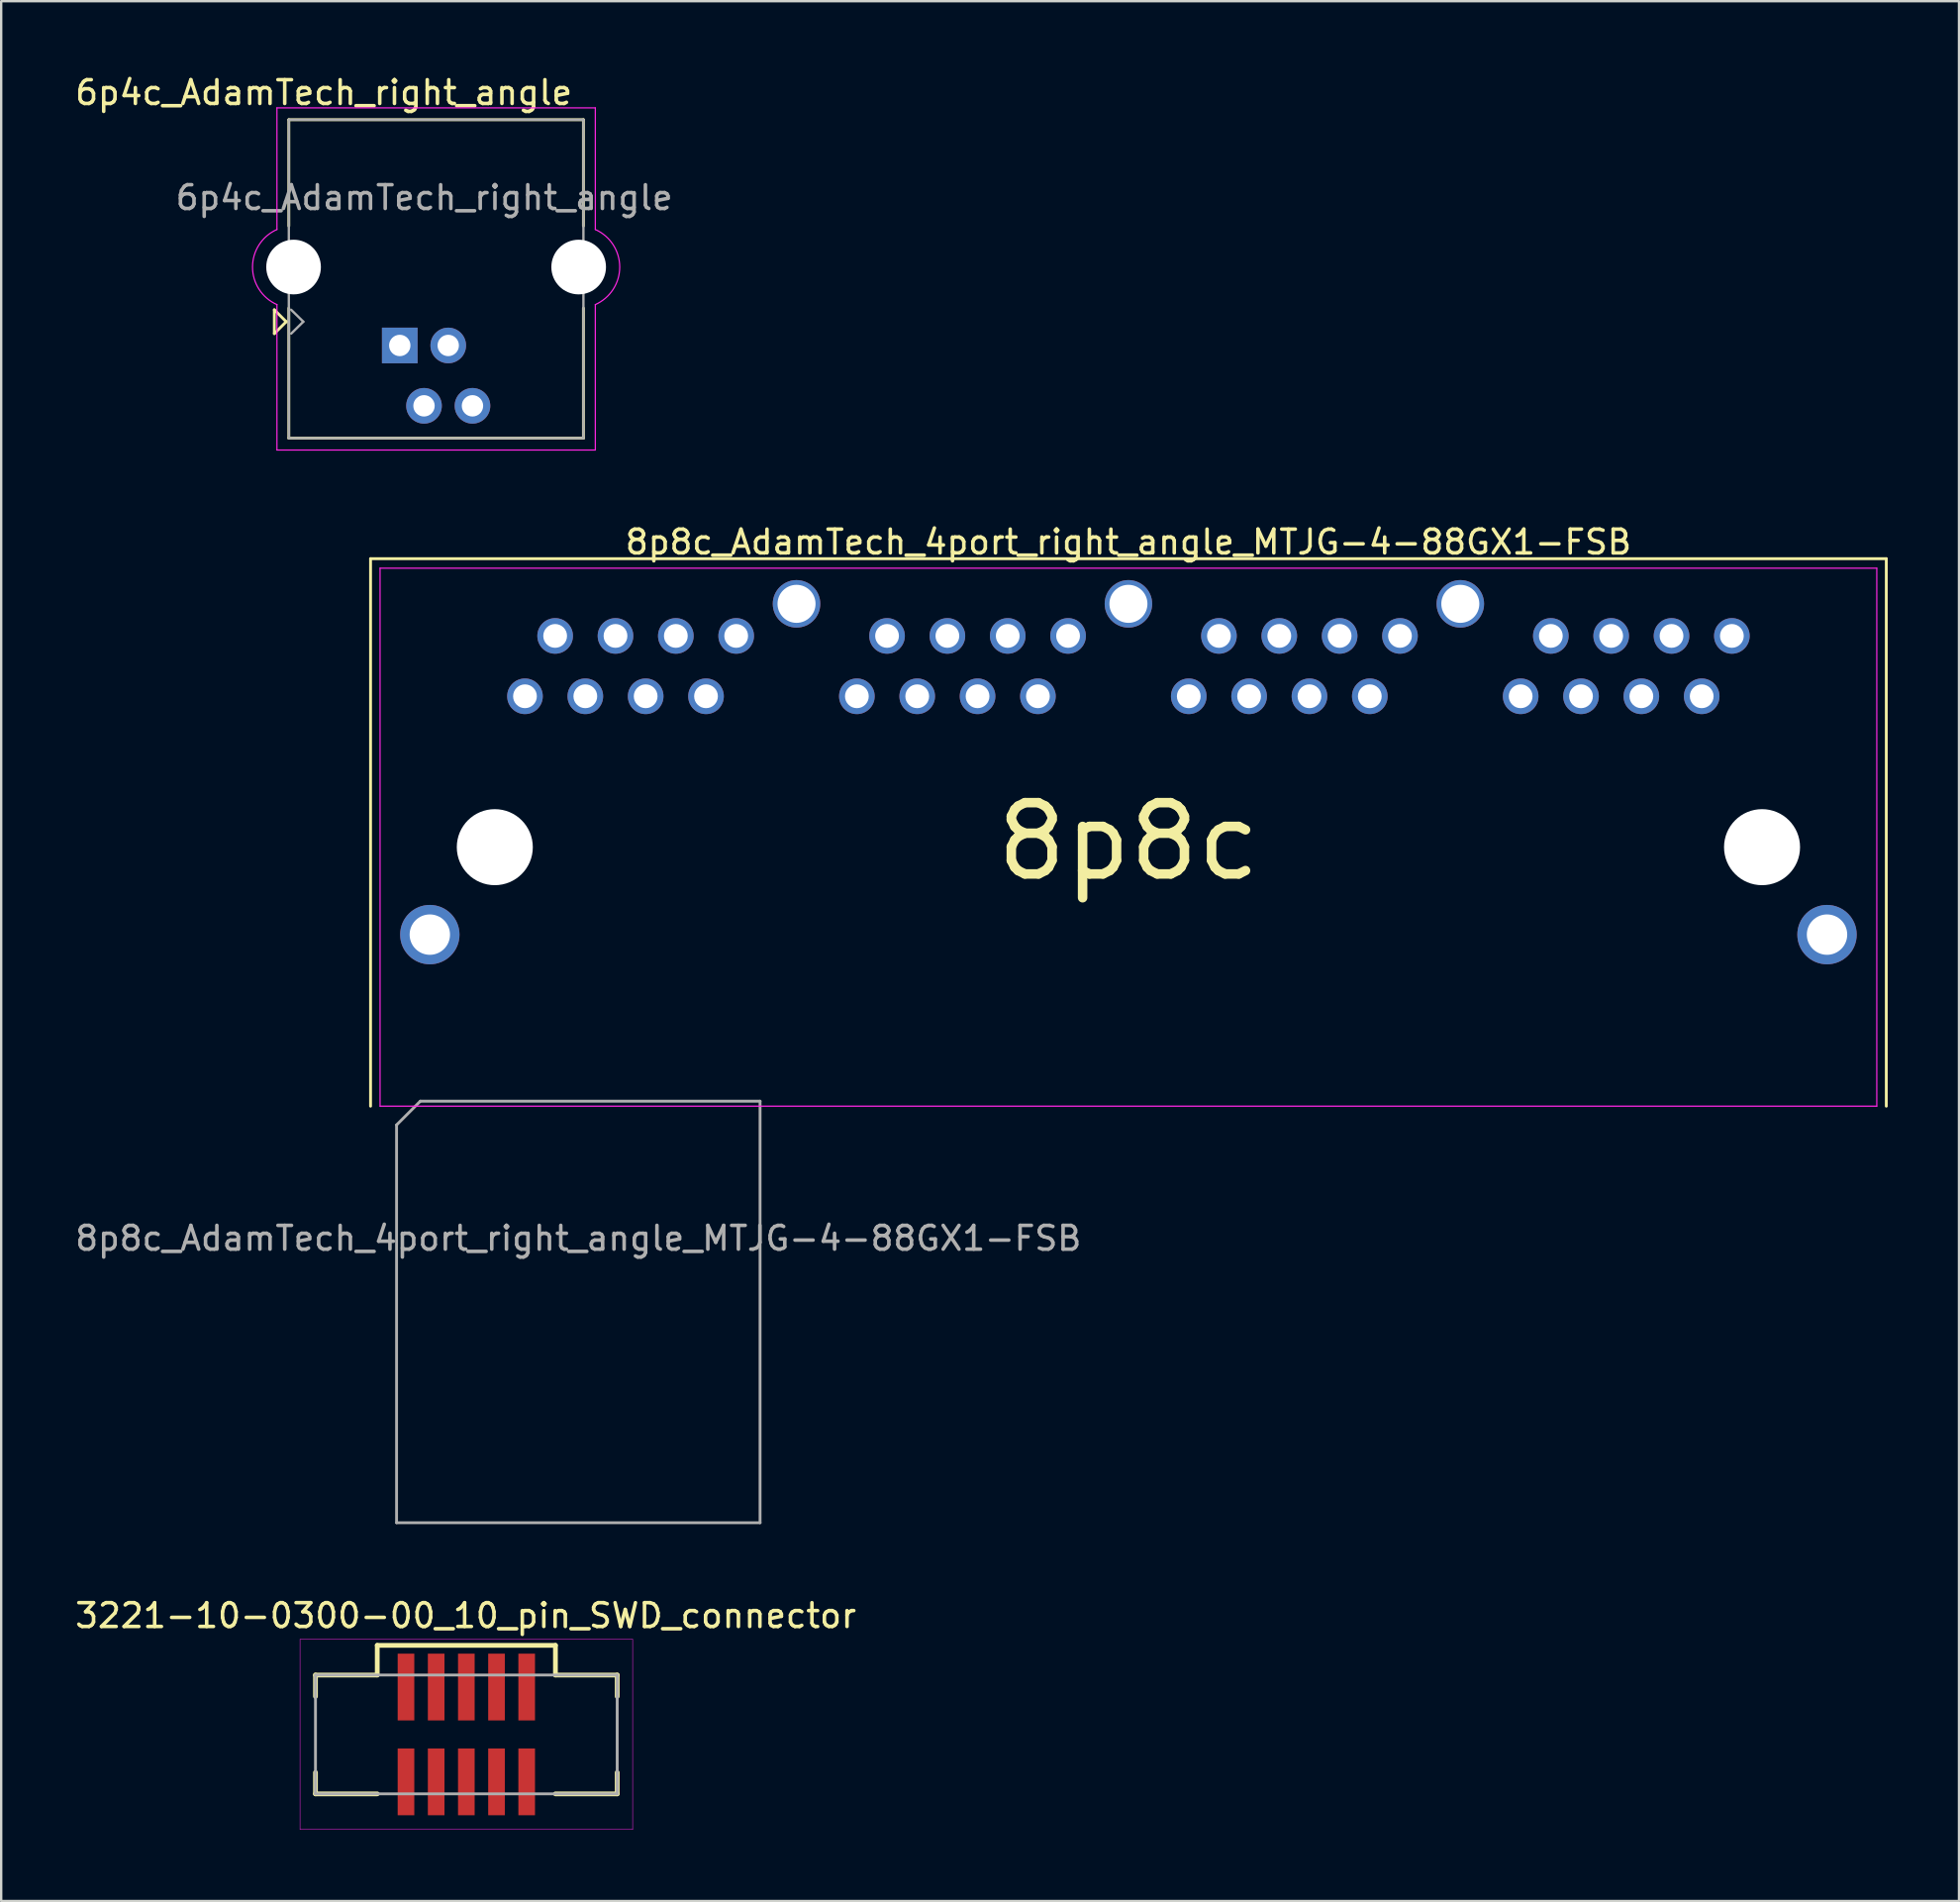
<source format=kicad_pcb>
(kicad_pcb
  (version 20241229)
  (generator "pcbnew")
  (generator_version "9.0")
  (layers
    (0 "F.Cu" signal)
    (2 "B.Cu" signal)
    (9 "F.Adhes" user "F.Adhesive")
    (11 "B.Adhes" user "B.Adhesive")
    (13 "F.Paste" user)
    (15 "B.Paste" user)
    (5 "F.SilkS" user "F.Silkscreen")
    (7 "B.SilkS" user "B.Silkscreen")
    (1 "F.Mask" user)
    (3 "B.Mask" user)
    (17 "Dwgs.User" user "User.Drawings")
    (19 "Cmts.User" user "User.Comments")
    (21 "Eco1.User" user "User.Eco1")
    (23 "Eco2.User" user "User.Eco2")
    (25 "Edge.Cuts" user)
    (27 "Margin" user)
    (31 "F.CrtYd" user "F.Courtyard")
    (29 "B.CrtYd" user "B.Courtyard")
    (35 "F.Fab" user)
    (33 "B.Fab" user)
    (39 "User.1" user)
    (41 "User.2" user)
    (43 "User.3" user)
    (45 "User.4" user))
  (footprint "6p4c_AdamTech_right_angle"
    (layer "F.Cu")
    (at 13.777 10.488)
    (property "Reference" "6p4c_AdamTech_right_angle" (at -3.2 -9.64 180) (layer "F.SilkS") (effects (font (size 1 1) (thickness 0.15))))
    (attr through_hole)
    (fp_line (start -5.28 -0.5) (end -4.78 0) (stroke (width 0.12) (type solid)) (layer "F.SilkS"))
    (fp_line (start -5.28 0.5) (end -5.28 -0.5) (stroke (width 0.12) (type solid)) (layer "F.SilkS"))
    (fp_line (start -4.78 0) (end -5.28 0.5) (stroke (width 0.12) (type solid)) (layer "F.SilkS"))
    (fp_line (start -4.67 -8.5) (end -4.67 -4.03) (stroke (width 0.12) (type solid)) (layer "F.SilkS"))
    (fp_line (start -4.67 -8.5) (end 7.73 -8.5) (stroke (width 0.12) (type solid)) (layer "F.SilkS"))
    (fp_line (start -4.67 4.9) (end -4.67 -0.57) (stroke (width 0.12) (type solid)) (layer "F.SilkS"))
    (fp_line (start 7.73 -8.5) (end 7.73 -4.03) (stroke (width 0.12) (type solid)) (layer "F.SilkS"))
    (fp_line (start 7.73 -0.57) (end 7.73 4.9) (stroke (width 0.12) (type solid)) (layer "F.SilkS"))
    (fp_line (start 7.73 4.9) (end -4.67 4.9) (stroke (width 0.12) (type solid)) (layer "F.SilkS"))
    (fp_line (start -5.17 -9) (end 8.23 -9) (stroke (width 0.05) (type solid)) (layer "F.CrtYd"))
    (fp_line (start -5.17 -3.88) (end -5.17 -9) (stroke (width 0.05) (type solid)) (layer "F.CrtYd"))
    (fp_line (start -5.17 5.4) (end -5.17 -0.72) (stroke (width 0.05) (type solid)) (layer "F.CrtYd"))
    (fp_line (start 8.23 -9) (end 8.23 -3.88) (stroke (width 0.05) (type solid)) (layer "F.CrtYd"))
    (fp_line (start 8.23 5.4) (end -5.17 5.4) (stroke (width 0.05) (type solid)) (layer "F.CrtYd"))
    (fp_line (start 8.23 5.4) (end 8.23 -0.72) (stroke (width 0.05) (type solid)) (layer "F.CrtYd"))
    (fp_arc (start -5.17 -0.72) (mid -6.19812 -2.3) (end -5.17 -3.88) (stroke (width 0.05) (type solid)) (layer "F.CrtYd"))
    (fp_arc (start 8.23 -3.88) (mid 9.25812 -2.3) (end 8.23 -0.72) (stroke (width 0.05) (type solid)) (layer "F.CrtYd"))
    (fp_line (start -4.67 -8.5) (end 7.73 -8.5) (stroke (width 0.1) (type solid)) (layer "F.Fab"))
    (fp_line (start -4.67 4.9) (end -4.67 -8.5) (stroke (width 0.1) (type solid)) (layer "F.Fab"))
    (fp_line (start -4.57 -0.5) (end -4.06 0) (stroke (width 0.1) (type solid)) (layer "F.Fab"))
    (fp_line (start -4.06 0) (end -4.57 0.5) (stroke (width 0.1) (type solid)) (layer "F.Fab"))
    (fp_line (start 7.73 -8.5) (end 7.73 4.9) (stroke (width 0.1) (type solid)) (layer "F.Fab"))
    (fp_line (start 7.73 4.9) (end -4.67 4.9) (stroke (width 0.1) (type solid)) (layer "F.Fab"))
    (fp_text user "${REFERENCE}" (at 1.03 -5.22 180) (layer "F.Fab") (effects (font (size 1 1) (thickness 0.15))))
    (pad "" np_thru_hole circle (at -4.47 -2.3 180) (size 2.3 2.3) (drill 2.3) (layers "*.Cu" "*.Mask"))
    (pad "" np_thru_hole circle (at 7.53 -2.3 180) (size 2.3 2.3) (drill 2.3) (layers "*.Cu" "*.Mask"))
    (pad "1" thru_hole rect (at 0 1 180) (size 1.5 1.5) (drill 0.9) (layers "*.Cu" "*.Mask"))
    (pad "2" thru_hole circle (at 1.02 3.54 180) (size 1.5 1.5) (drill 0.9) (layers "*.Cu" "*.Mask"))
    (pad "3" thru_hole circle (at 2.04 1 180) (size 1.5 1.5) (drill 0.9) (layers "*.Cu" "*.Mask"))
    (pad "4" thru_hole circle (at 3.06 3.54 180) (size 1.5 1.5) (drill 0.9) (layers "*.Cu" "*.Mask")))
  (footprint "3221-10-0300-00_10_pin_SWD_connector"
    (layer "F.Cu")
    (at 16.579 69.94)
    (property "Reference" "3221-10-0300-00_10_pin_SWD_connector" (at -0.025 -5 0) (layer "F.SilkS") (effects (font (size 1 1) (thickness 0.15))))
    (attr through_hole)
    (fp_line (start -6.35 -2.5) (end -6.35 -1.6) (stroke (width 0.2) (type solid)) (layer "F.SilkS"))
    (fp_line (start -6.35 -2.5) (end -3.75 -2.5) (stroke (width 0.2) (type solid)) (layer "F.SilkS"))
    (fp_line (start -6.35 2.5) (end -6.35 1.6) (stroke (width 0.2) (type solid)) (layer "F.SilkS"))
    (fp_line (start -6.35 2.5) (end -3.75 2.5) (stroke (width 0.2) (type solid)) (layer "F.SilkS"))
    (fp_line (start -3.75 -3.75) (end 3.75 -3.75) (stroke (width 0.2) (type solid)) (layer "F.SilkS"))
    (fp_line (start -3.75 -2.5) (end -3.75 -3.75) (stroke (width 0.2) (type solid)) (layer "F.SilkS"))
    (fp_line (start 3.75 -3.75) (end 3.75 -2.5) (stroke (width 0.2) (type solid)) (layer "F.SilkS"))
    (fp_line (start 6.35 -2.5) (end 3.75 -2.5) (stroke (width 0.2) (type solid)) (layer "F.SilkS"))
    (fp_line (start 6.35 -1.6) (end 6.35 -2.5) (stroke (width 0.2) (type solid)) (layer "F.SilkS"))
    (fp_line (start 6.35 2.5) (end 3.75 2.5) (stroke (width 0.2) (type solid)) (layer "F.SilkS"))
    (fp_line (start 6.35 2.5) (end 6.35 1.6) (stroke (width 0.2) (type solid)) (layer "F.SilkS"))
    (fp_line (start -7 -4) (end -7 4) (stroke (width 0.02) (type solid)) (layer "F.CrtYd"))
    (fp_line (start -7 4) (end 7 4) (stroke (width 0.02) (type solid)) (layer "F.CrtYd"))
    (fp_line (start 7 -4) (end -7 -4) (stroke (width 0.02) (type solid)) (layer "F.CrtYd"))
    (fp_line (start 7 4) (end 7 -4) (stroke (width 0.02) (type solid)) (layer "F.CrtYd"))
    (fp_line (start -6.35 -2.5) (end -6.35 2.5) (stroke (width 0.12) (type solid)) (layer "F.Fab"))
    (fp_line (start -6.35 -2.5) (end 6.35 -2.5) (stroke (width 0.12) (type solid)) (layer "F.Fab"))
    (fp_line (start -6.35 2.5) (end 6.35 2.5) (stroke (width 0.12) (type solid)) (layer "F.Fab"))
    (fp_line (start 6.35 -2.5) (end 6.35 2.5) (stroke (width 0.12) (type solid)) (layer "F.Fab"))
    (pad "1" smd rect (at -2.54 1.995) (size 0.7 2.81) (layers "F.Cu" "F.Mask" "F.Paste"))
    (pad "2" smd rect (at -2.54 -1.995) (size 0.7 2.81) (layers "F.Cu" "F.Mask" "F.Paste"))
    (pad "3" smd rect (at -1.27 1.995) (size 0.7 2.81) (layers "F.Cu" "F.Mask" "F.Paste"))
    (pad "4" smd rect (at -1.27 -1.995) (size 0.7 2.81) (layers "F.Cu" "F.Mask" "F.Paste"))
    (pad "5" smd rect (at 0 1.995) (size 0.7 2.81) (layers "F.Cu" "F.Mask" "F.Paste"))
    (pad "6" smd rect (at 0 -1.995) (size 0.7 2.81) (layers "F.Cu" "F.Mask" "F.Paste"))
    (pad "7" smd rect (at 1.27 1.995) (size 0.7 2.81) (layers "F.Cu" "F.Mask" "F.Paste"))
    (pad "8" smd rect (at 1.27 -1.995) (size 0.7 2.81) (layers "F.Cu" "F.Mask" "F.Paste"))
    (pad "9" smd rect (at 2.54 1.995) (size 0.7 2.81) (layers "F.Cu" "F.Mask" "F.Paste"))
    (pad "10" smd rect (at 2.54 -1.995) (size 0.7 2.81) (layers "F.Cu" "F.Mask" "F.Paste")))
  (footprint "8p8c_AdamTech_4port_right_angle_MTJG-4-88GX1-FSB"
    (layer "F.Cu")
    (at 44.447 22.361)
    (property "Reference" "8p8c_AdamTech_4port_right_angle_MTJG-4-88GX1-FSB" (at 0 -2.6 0) (layer "F.SilkS") (effects (font (size 1 1) (thickness 0.15))))
    (attr through_hole)
    (fp_line (start -31.9 -1.9) (end -31.9 21.14) (stroke (width 0.12) (type solid)) (layer "F.SilkS"))
    (fp_line (start -31.9 -1.9) (end 31.9 -1.9) (stroke (width 0.12) (type solid)) (layer "F.SilkS"))
    (fp_line (start 31.9 -1.9) (end 31.9 21.14) (stroke (width 0.12) (type solid)) (layer "F.SilkS"))
    (fp_line (start -31.5 -1.5) (end -31.5 21.14) (stroke (width 0.05) (type solid)) (layer "F.CrtYd"))
    (fp_line (start -31.5 -1.5) (end 31.5 -1.5) (stroke (width 0.05) (type solid)) (layer "F.CrtYd"))
    (fp_line (start -31.5 21.14) (end 31.5 21.14) (stroke (width 0.05) (type solid)) (layer "F.CrtYd"))
    (fp_line (start 31.5 -1.5) (end 31.5 21.14) (stroke (width 0.05) (type solid)) (layer "F.CrtYd"))
    (fp_line (start -30.805 21.93) (end -29.805 20.93) (stroke (width 0.12) (type solid)) (layer "F.Fab"))
    (fp_line (start -30.805 38.67) (end -30.805 21.93) (stroke (width 0.12) (type solid)) (layer "F.Fab"))
    (fp_line (start -29.805 20.93) (end -15.505 20.93) (stroke (width 0.12) (type solid)) (layer "F.Fab"))
    (fp_line (start -15.505 20.93) (end -15.505 38.67) (stroke (width 0.12) (type solid)) (layer "F.Fab"))
    (fp_line (start -15.505 38.67) (end -30.805 38.67) (stroke (width 0.12) (type solid)) (layer "F.Fab"))
    (fp_text user "8p8c" (at 0 10 0) (layer "F.SilkS") (effects (font (size 3 3) (thickness 0.4))))
    (fp_text user "${REFERENCE}" (at -23.155 26.7 0) (layer "F.Fab") (effects (font (size 1 1) (thickness 0.15))))
    (pad "" thru_hole circle (at -29.405 13.92) (size 2.5 2.5) (drill 1.7) (layers "*.Cu" "*.Mask"))
    (pad "" np_thru_hole circle (at -26.67 10.24) (size 3.2 3.2) (drill 3.2) (layers "*.Cu" "*.Mask"))
    (pad "" thru_hole circle (at -13.97 0) (size 2 2) (drill 1.6) (layers "*.Cu" "*.Mask"))
    (pad "" thru_hole circle (at 0 0) (size 2 2) (drill 1.6) (layers "*.Cu" "*.Mask"))
    (pad "" thru_hole circle (at 13.97 0) (size 2 2) (drill 1.6) (layers "*.Cu" "*.Mask"))
    (pad "" np_thru_hole circle (at 26.67 10.24) (size 3.2 3.2) (drill 3.2) (layers "*.Cu" "*.Mask"))
    (pad "" thru_hole circle (at 29.405 13.92) (size 2.5 2.5) (drill 1.7) (layers "*.Cu" "*.Mask"))
    (pad "1" thru_hole circle (at -25.4 3.89) (size 1.5 1.5) (drill 1) (layers "*.Cu" "*.Mask"))
    (pad "2" thru_hole circle (at -24.13 1.35) (size 1.5 1.5) (drill 1) (layers "*.Cu" "*.Mask"))
    (pad "3" thru_hole circle (at -22.86 3.89) (size 1.5 1.5) (drill 1) (layers "*.Cu" "*.Mask"))
    (pad "4" thru_hole circle (at -21.59 1.35) (size 1.5 1.5) (drill 1) (layers "*.Cu" "*.Mask"))
    (pad "5" thru_hole circle (at -20.32 3.89) (size 1.5 1.5) (drill 1) (layers "*.Cu" "*.Mask"))
    (pad "6" thru_hole circle (at -19.05 1.35) (size 1.5 1.5) (drill 1) (layers "*.Cu" "*.Mask"))
    (pad "7" thru_hole circle (at -17.78 3.89) (size 1.5 1.5) (drill 1) (layers "*.Cu" "*.Mask"))
    (pad "8" thru_hole circle (at -16.51 1.35) (size 1.5 1.5) (drill 1) (layers "*.Cu" "*.Mask"))
    (pad "9" thru_hole circle (at -11.43 3.89) (size 1.5 1.5) (drill 1) (layers "*.Cu" "*.Mask"))
    (pad "10" thru_hole circle (at -10.16 1.35) (size 1.5 1.5) (drill 1) (layers "*.Cu" "*.Mask"))
    (pad "11" thru_hole circle (at -8.89 3.89) (size 1.5 1.5) (drill 1) (layers "*.Cu" "*.Mask"))
    (pad "12" thru_hole circle (at -7.62 1.35) (size 1.5 1.5) (drill 1) (layers "*.Cu" "*.Mask"))
    (pad "13" thru_hole circle (at -6.35 3.89) (size 1.5 1.5) (drill 1) (layers "*.Cu" "*.Mask"))
    (pad "14" thru_hole circle (at -5.08 1.35) (size 1.5 1.5) (drill 1) (layers "*.Cu" "*.Mask"))
    (pad "15" thru_hole circle (at -3.81 3.89) (size 1.5 1.5) (drill 1) (layers "*.Cu" "*.Mask"))
    (pad "16" thru_hole circle (at -2.54 1.35) (size 1.5 1.5) (drill 1) (layers "*.Cu" "*.Mask"))
    (pad "17" thru_hole circle (at 2.54 3.89) (size 1.5 1.5) (drill 1) (layers "*.Cu" "*.Mask"))
    (pad "18" thru_hole circle (at 3.81 1.35) (size 1.5 1.5) (drill 1) (layers "*.Cu" "*.Mask"))
    (pad "19" thru_hole circle (at 5.08 3.89) (size 1.5 1.5) (drill 1) (layers "*.Cu" "*.Mask"))
    (pad "20" thru_hole circle (at 6.35 1.35) (size 1.5 1.5) (drill 1) (layers "*.Cu" "*.Mask"))
    (pad "21" thru_hole circle (at 7.62 3.89) (size 1.5 1.5) (drill 1) (layers "*.Cu" "*.Mask"))
    (pad "22" thru_hole circle (at 8.89 1.35) (size 1.5 1.5) (drill 1) (layers "*.Cu" "*.Mask"))
    (pad "23" thru_hole circle (at 10.16 3.89) (size 1.5 1.5) (drill 1) (layers "*.Cu" "*.Mask"))
    (pad "24" thru_hole circle (at 11.43 1.35) (size 1.5 1.5) (drill 1) (layers "*.Cu" "*.Mask"))
    (pad "25" thru_hole circle (at 16.51 3.89) (size 1.5 1.5) (drill 1) (layers "*.Cu" "*.Mask"))
    (pad "26" thru_hole circle (at 17.78 1.35) (size 1.5 1.5) (drill 1) (layers "*.Cu" "*.Mask"))
    (pad "27" thru_hole circle (at 19.05 3.89) (size 1.5 1.5) (drill 1) (layers "*.Cu" "*.Mask"))
    (pad "28" thru_hole circle (at 20.32 1.35) (size 1.5 1.5) (drill 1) (layers "*.Cu" "*.Mask"))
    (pad "29" thru_hole circle (at 21.59 3.89) (size 1.5 1.5) (drill 1) (layers "*.Cu" "*.Mask"))
    (pad "30" thru_hole circle (at 22.86 1.35) (size 1.5 1.5) (drill 1) (layers "*.Cu" "*.Mask"))
    (pad "31" thru_hole circle (at 24.13 3.89) (size 1.5 1.5) (drill 1) (layers "*.Cu" "*.Mask"))
    (pad "32" thru_hole circle (at 25.4 1.35) (size 1.5 1.5) (drill 1) (layers "*.Cu" "*.Mask")))
  (gr_rect
    (start -3 -3)
    (end 79.407 76.95)
    (stroke (width 0.1) (type default))
    (fill no)
    (layer "Edge.Cuts")))
</source>
